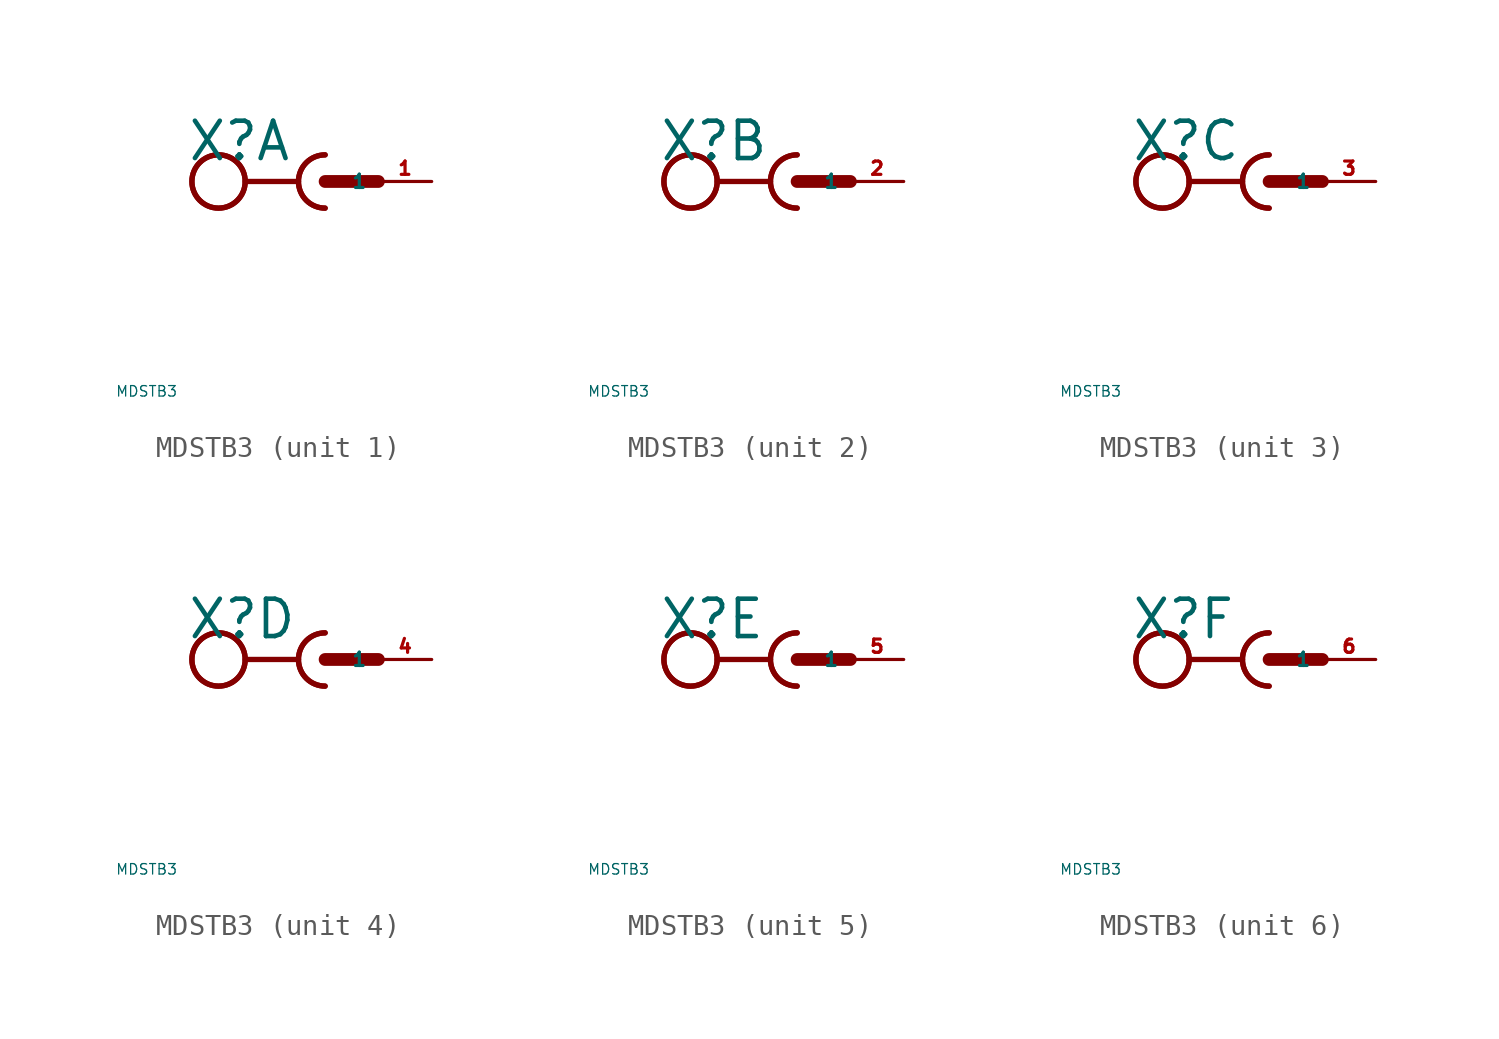
<source format=kicad_sym>
(kicad_symbol_lib
  (version 20220914)
  (generator Eagle2Kicad)
  (symbol "MDSTB3"
    (property "Reference" "X"
      (at -6.604 0.889 0)
      (effects (font (size 1.778 1.778) (thickness 0.22)) (justify left bottom)))
    (property "Value" "MDSTB3"
      (at -10 -10 0)
      (effects (font (size 0.5 0.5) (thickness 0.06)) (justify left)))
    (symbol "MDSTB3_1_0"
      (arc (start -1.27 0) (mid -0.898 -0.898) (end 0 -1.27) (stroke (width 0.254) (type default)) (fill (type none)))
      (arc (start 0 1.27) (mid -0.898 0.898) (end -1.27 0) (stroke (width 0.254) (type default)) (fill (type none)))
      (polyline (pts (xy -3.81 0) (xy -1.27 0)) (stroke (width 0.254) (type default)) (fill (type none)))
      (arc (start 0 1.27) (mid -1.270 0.000) (end 0 -1.27) (stroke (width 0.254) (type default)) (fill (type none)))
      (polyline (pts (xy 0 0) (xy 2.54 0)) (stroke (width 0.61) (type default)) (fill (type none)))
      (circle (center -5.08 0) (radius 1.27) (stroke (width 0.254) (type default)) (fill (type none)))
      (circle (center -5.08 0) (radius 1.27) (stroke (width 0.254) (type default)) (fill (type none)))
      (pin passive line (at 5.08 0 180) (length 2.54) (name "1" (effects (font (size 0.635 0.635) (thickness 0.08)) (justify left bottom))) (number "1" (effects (font (size 0.635 0.635) (thickness 0.08)) (justify left bottom)))))
    (symbol "MDSTB3_2_0"
      (arc (start -1.27 0) (mid -0.898 -0.898) (end 0 -1.27) (stroke (width 0.254) (type default)) (fill (type none)))
      (arc (start 0 1.27) (mid -0.898 0.898) (end -1.27 0) (stroke (width 0.254) (type default)) (fill (type none)))
      (polyline (pts (xy -3.81 0) (xy -1.27 0)) (stroke (width 0.254) (type default)) (fill (type none)))
      (arc (start 0 1.27) (mid -1.270 0.000) (end 0 -1.27) (stroke (width 0.254) (type default)) (fill (type none)))
      (polyline (pts (xy 0 0) (xy 2.54 0)) (stroke (width 0.61) (type default)) (fill (type none)))
      (circle (center -5.08 0) (radius 1.27) (stroke (width 0.254) (type default)) (fill (type none)))
      (circle (center -5.08 0) (radius 1.27) (stroke (width 0.254) (type default)) (fill (type none)))
      (pin passive line (at 5.08 0 180) (length 2.54) (name "1" (effects (font (size 0.635 0.635) (thickness 0.08)) (justify left bottom))) (number "2" (effects (font (size 0.635 0.635) (thickness 0.08)) (justify left bottom)))))
    (symbol "MDSTB3_3_0"
      (arc (start -1.27 0) (mid -0.898 -0.898) (end 0 -1.27) (stroke (width 0.254) (type default)) (fill (type none)))
      (arc (start 0 1.27) (mid -0.898 0.898) (end -1.27 0) (stroke (width 0.254) (type default)) (fill (type none)))
      (polyline (pts (xy -3.81 0) (xy -1.27 0)) (stroke (width 0.254) (type default)) (fill (type none)))
      (arc (start 0 1.27) (mid -1.270 0.000) (end 0 -1.27) (stroke (width 0.254) (type default)) (fill (type none)))
      (polyline (pts (xy 0 0) (xy 2.54 0)) (stroke (width 0.61) (type default)) (fill (type none)))
      (circle (center -5.08 0) (radius 1.27) (stroke (width 0.254) (type default)) (fill (type none)))
      (circle (center -5.08 0) (radius 1.27) (stroke (width 0.254) (type default)) (fill (type none)))
      (pin passive line (at 5.08 0 180) (length 2.54) (name "1" (effects (font (size 0.635 0.635) (thickness 0.08)) (justify left bottom))) (number "3" (effects (font (size 0.635 0.635) (thickness 0.08)) (justify left bottom)))))
    (symbol "MDSTB3_4_0"
      (arc (start -1.27 0) (mid -0.898 -0.898) (end 0 -1.27) (stroke (width 0.254) (type default)) (fill (type none)))
      (arc (start 0 1.27) (mid -0.898 0.898) (end -1.27 0) (stroke (width 0.254) (type default)) (fill (type none)))
      (polyline (pts (xy -3.81 0) (xy -1.27 0)) (stroke (width 0.254) (type default)) (fill (type none)))
      (arc (start 0 1.27) (mid -1.270 0.000) (end 0 -1.27) (stroke (width 0.254) (type default)) (fill (type none)))
      (polyline (pts (xy 0 0) (xy 2.54 0)) (stroke (width 0.61) (type default)) (fill (type none)))
      (circle (center -5.08 0) (radius 1.27) (stroke (width 0.254) (type default)) (fill (type none)))
      (circle (center -5.08 0) (radius 1.27) (stroke (width 0.254) (type default)) (fill (type none)))
      (pin passive line (at 5.08 0 180) (length 2.54) (name "1" (effects (font (size 0.635 0.635) (thickness 0.08)) (justify left bottom))) (number "4" (effects (font (size 0.635 0.635) (thickness 0.08)) (justify left bottom)))))
    (symbol "MDSTB3_5_0"
      (arc (start -1.27 0) (mid -0.898 -0.898) (end 0 -1.27) (stroke (width 0.254) (type default)) (fill (type none)))
      (arc (start 0 1.27) (mid -0.898 0.898) (end -1.27 0) (stroke (width 0.254) (type default)) (fill (type none)))
      (polyline (pts (xy -3.81 0) (xy -1.27 0)) (stroke (width 0.254) (type default)) (fill (type none)))
      (arc (start 0 1.27) (mid -1.270 0.000) (end 0 -1.27) (stroke (width 0.254) (type default)) (fill (type none)))
      (polyline (pts (xy 0 0) (xy 2.54 0)) (stroke (width 0.61) (type default)) (fill (type none)))
      (circle (center -5.08 0) (radius 1.27) (stroke (width 0.254) (type default)) (fill (type none)))
      (circle (center -5.08 0) (radius 1.27) (stroke (width 0.254) (type default)) (fill (type none)))
      (pin passive line (at 5.08 0 180) (length 2.54) (name "1" (effects (font (size 0.635 0.635) (thickness 0.08)) (justify left bottom))) (number "5" (effects (font (size 0.635 0.635) (thickness 0.08)) (justify left bottom)))))
    (symbol "MDSTB3_6_0"
      (arc (start -1.27 0) (mid -0.898 -0.898) (end 0 -1.27) (stroke (width 0.254) (type default)) (fill (type none)))
      (arc (start 0 1.27) (mid -0.898 0.898) (end -1.27 0) (stroke (width 0.254) (type default)) (fill (type none)))
      (polyline (pts (xy -3.81 0) (xy -1.27 0)) (stroke (width 0.254) (type default)) (fill (type none)))
      (arc (start 0 1.27) (mid -1.270 0.000) (end 0 -1.27) (stroke (width 0.254) (type default)) (fill (type none)))
      (polyline (pts (xy 0 0) (xy 2.54 0)) (stroke (width 0.61) (type default)) (fill (type none)))
      (circle (center -5.08 0) (radius 1.27) (stroke (width 0.254) (type default)) (fill (type none)))
      (circle (center -5.08 0) (radius 1.27) (stroke (width 0.254) (type default)) (fill (type none)))
      (pin passive line (at 5.08 0 180) (length 2.54) (name "1" (effects (font (size 0.635 0.635) (thickness 0.08)) (justify left bottom))) (number "6" (effects (font (size 0.635 0.635) (thickness 0.08)) (justify left bottom)))))))
</source>
